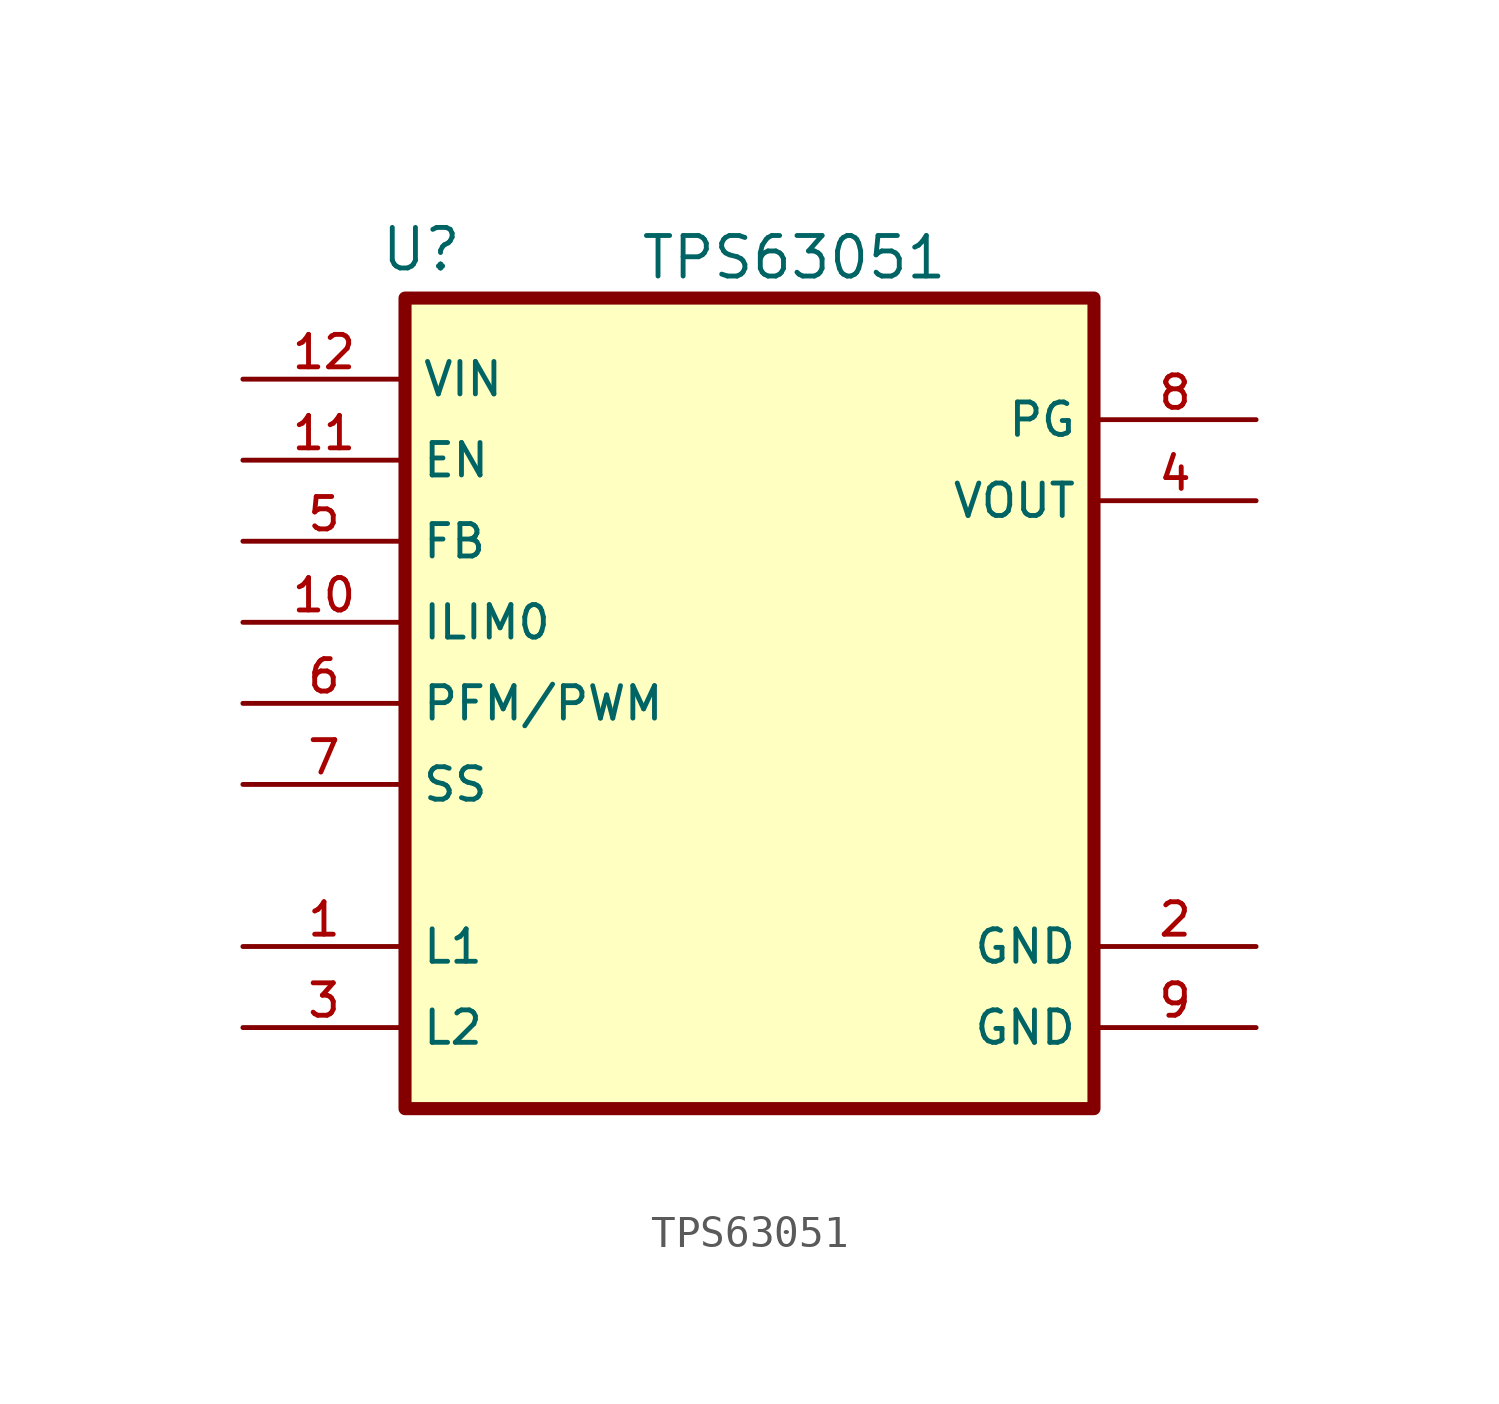
<source format=kicad_sym>
(kicad_symbol_lib
  (version 20231120)
  (generator "kicad_symbol_editor")
  (generator_version "8.0")
  (symbol "TPS63051"
    (property "Reference" "U"
      (at -10.287 14.224 0)
      (effects (font (size 1.27 1.27))))
    (property "Value" "TPS63051"
      (at 1.397 13.97 0)
      (effects (font (size 1.27 1.27))))
    (symbol "TPS63051_0_0"
      (pin bidirectional line (at -15.875 -7.62 0) (length 5.08) (name "L1" (effects (font (size 1.016 1.016)))) (number "1" (effects (font (size 1.016 1.016)))))
      (pin input line (at -15.875 2.54 0) (length 5.08) (name "ILIM0" (effects (font (size 1.016 1.016)))) (number "10" (effects (font (size 1.016 1.016)))))
      (pin input line (at -15.875 7.62 0) (length 5.08) (name "EN" (effects (font (size 1.016 1.016)))) (number "11" (effects (font (size 1.016 1.016)))))
      (pin power_in line (at 15.875 -7.62 180) (length 5.08) (name "GND" (effects (font (size 1.016 1.016)))) (number "2" (effects (font (size 1.016 1.016)))))
      (pin bidirectional line (at -15.875 -10.16 0) (length 5.08) (name "L2" (effects (font (size 1.016 1.016)))) (number "3" (effects (font (size 1.016 1.016)))))
      (pin output line (at 15.875 6.35 180) (length 5.08) (name "VOUT" (effects (font (size 1.016 1.016)))) (number "4" (effects (font (size 1.016 1.016)))))
      (pin input line (at -15.875 5.08 0) (length 5.08) (name "FB" (effects (font (size 1.016 1.016)))) (number "5" (effects (font (size 1.016 1.016)))))
      (pin input line (at -15.875 0 0) (length 5.08) (name "PFM/PWM" (effects (font (size 1.016 1.016)))) (number "6" (effects (font (size 1.016 1.016)))))
      (pin input line (at -15.875 -2.54 0) (length 5.08) (name "SS" (effects (font (size 1.016 1.016)))) (number "7" (effects (font (size 1.016 1.016)))))
      (pin output line (at 15.875 8.89 180) (length 5.08) (name "PG" (effects (font (size 1.016 1.016)))) (number "8" (effects (font (size 1.016 1.016)))))
      (pin power_in line (at 15.875 -10.16 180) (length 5.08) (name "GND" (effects (font (size 1.016 1.016)))) (number "9" (effects (font (size 1.016 1.016))))))
    (symbol "TPS63051_1_0"
      (rectangle (start -10.795 12.7) (end 10.795 -12.7) (stroke (width 0.41) (type default)) (fill (type background)))
      (pin power_in line (at -15.875 10.16 0) (length 5.08) (name "VIN" (effects (font (size 1.016 1.016)))) (number "12" (effects (font (size 1.016 1.016))))))))
</source>
